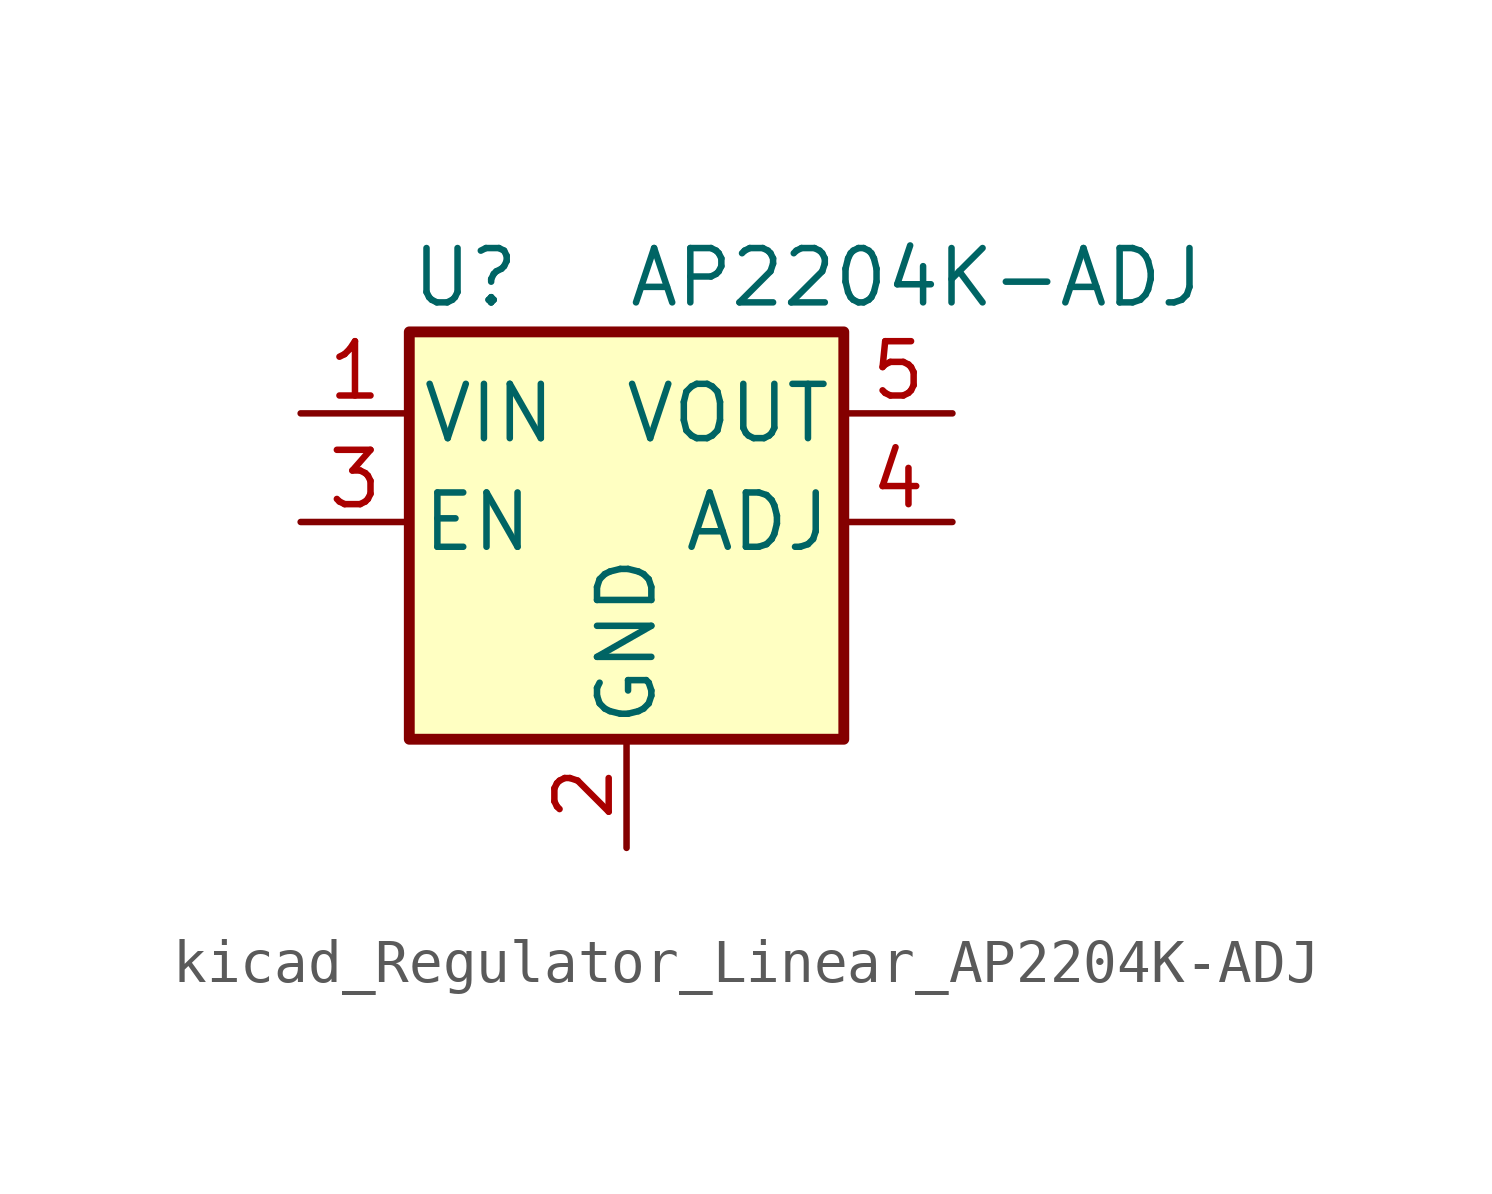
<source format=kicad_sym>
(kicad_symbol_lib
  (version 20220914)
  (generator kicad_symbol_editor)
  (symbol "kicad_Regulator_Linear_AP2204K-ADJ"
    (pin_names
      (offset 0.254))
    (property "Reference" "U"
      (at -5.08 5.715 0)
      (effects (font (size 1.27 1.27)) (justify left)))
    (property "Value" "AP2204K-ADJ"
      (at 0 5.715 0)
      (effects (font (size 1.27 1.27)) (justify left)))
    (symbol "kicad_Regulator_Linear_AP2204K-ADJ_0_1"
      (rectangle (start -5.08 4.445) (end 5.08 -5.08) (stroke (width 0.254) (type default)) (fill (type background))))
    (symbol "kicad_Regulator_Linear_AP2204K-ADJ_1_1"
      (pin power_in line (at -7.62 2.54 0) (length 2.54) (name "VIN" (effects (font (size 1.27 1.27)))) (number "1" (effects (font (size 1.27 1.27)))))
      (pin power_in line (at 0 -7.62 90) (length 2.54) (name "GND" (effects (font (size 1.27 1.27)))) (number "2" (effects (font (size 1.27 1.27)))))
      (pin input line (at -7.62 0 0) (length 2.54) (name "EN" (effects (font (size 1.27 1.27)))) (number "3" (effects (font (size 1.27 1.27)))))
      (pin input line (at 7.62 0 180) (length 2.54) (name "ADJ" (effects (font (size 1.27 1.27)))) (number "4" (effects (font (size 1.27 1.27)))))
      (pin power_out line (at 7.62 2.54 180) (length 2.54) (name "VOUT" (effects (font (size 1.27 1.27)))) (number "5" (effects (font (size 1.27 1.27))))))))
</source>
